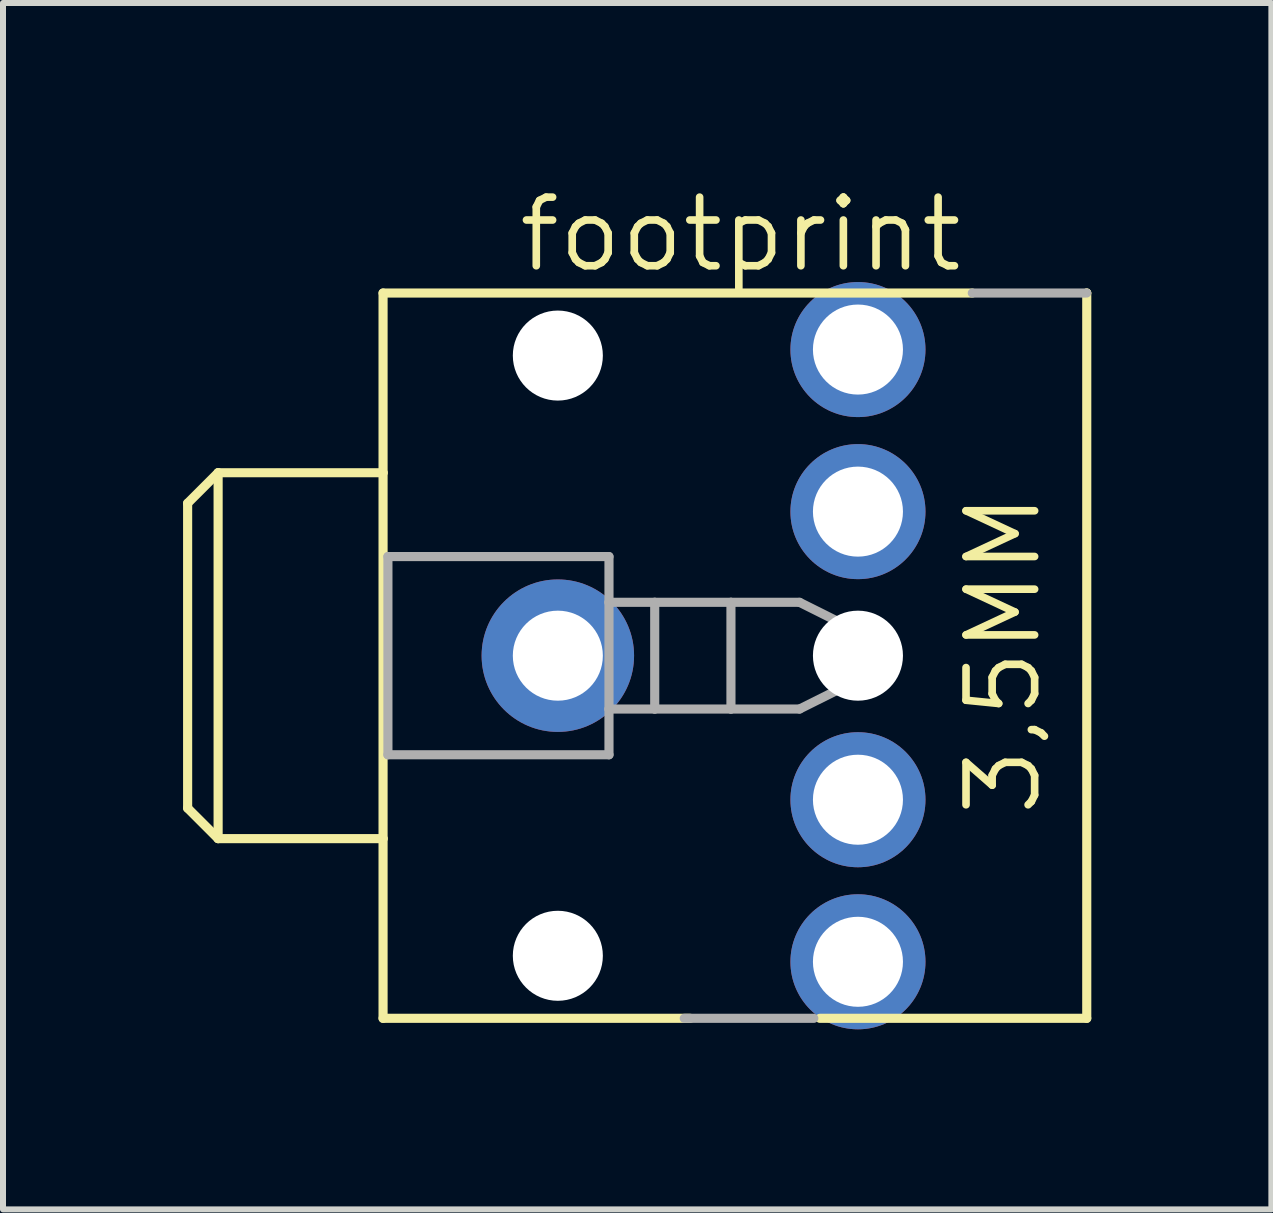
<source format=kicad_pcb>
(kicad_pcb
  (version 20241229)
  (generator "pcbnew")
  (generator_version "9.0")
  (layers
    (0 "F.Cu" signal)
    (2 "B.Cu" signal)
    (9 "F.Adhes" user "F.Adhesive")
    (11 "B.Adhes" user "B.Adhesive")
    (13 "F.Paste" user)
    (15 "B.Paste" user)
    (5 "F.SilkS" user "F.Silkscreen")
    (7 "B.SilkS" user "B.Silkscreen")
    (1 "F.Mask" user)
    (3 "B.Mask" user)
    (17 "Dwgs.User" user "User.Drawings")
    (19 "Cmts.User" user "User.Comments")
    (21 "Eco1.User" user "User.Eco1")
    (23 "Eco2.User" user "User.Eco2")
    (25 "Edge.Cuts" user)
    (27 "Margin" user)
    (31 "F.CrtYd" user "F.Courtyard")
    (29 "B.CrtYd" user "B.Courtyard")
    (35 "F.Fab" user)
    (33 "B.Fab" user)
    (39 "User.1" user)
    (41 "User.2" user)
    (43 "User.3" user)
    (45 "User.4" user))
  (footprint "footprint"
    (layer "F.Cu")
    (at 3.544 7.774)
    (property "Reference" "footprint" (at 1.985 -6.25 0) (layer "F.SilkS") (effects (font (size 1.143 1.143) (thickness 0.127)) (justify left bottom)))
    (fp_line (start -3.468 2.64) (end -3.468 -2.44) (stroke (width 0.152) (type solid)) (layer "F.SilkS"))
    (fp_line (start -2.96 -2.948) (end -3.468 -2.44) (stroke (width 0.152) (type solid)) (layer "F.SilkS"))
    (fp_line (start -2.96 3.148) (end -3.468 2.64) (stroke (width 0.152) (type solid)) (layer "F.SilkS"))
    (fp_line (start -2.96 3.148) (end -2.96 -2.948) (stroke (width 0.152) (type solid)) (layer "F.SilkS"))
    (fp_line (start -2.96 3.148) (end -0.212 3.148) (stroke (width 0.152) (type solid)) (layer "F.SilkS"))
    (fp_line (start -0.212 -2.948) (end -2.96 -2.948) (stroke (width 0.152) (type solid)) (layer "F.SilkS"))
    (fp_line (start -0.212 -2.948) (end -0.212 -5.942) (stroke (width 0.152) (type solid)) (layer "F.SilkS"))
    (fp_line (start -0.212 3.148) (end -0.212 -2.948) (stroke (width 0.152) (type solid)) (layer "F.SilkS"))
    (fp_line (start -0.212 6.142) (end -0.212 3.148) (stroke (width 0.152) (type solid)) (layer "F.SilkS"))
    (fp_line (start -0.212 6.142) (end 4.906 6.142) (stroke (width 0.152) (type solid)) (layer "F.SilkS"))
    (fp_line (start 7.065 6.142) (end 11.512 6.142) (stroke (width 0.152) (type solid)) (layer "F.SilkS"))
    (fp_line (start 9.605 -5.942) (end -0.212 -5.942) (stroke (width 0.152) (type solid)) (layer "F.SilkS"))
    (fp_line (start 11.512 -5.942) (end 11.51 -5.942) (stroke (width 0.152) (type solid)) (layer "F.SilkS"))
    (fp_line (start 11.512 -5.942) (end 11.512 6.142) (stroke (width 0.152) (type solid)) (layer "F.SilkS"))
    (fp_line (start -0.131 1.751) (end -0.131 -1.551) (stroke (width 0.152) (type solid)) (layer "F.Fab"))
    (fp_line (start -0.131 1.751) (end 3.552 1.751) (stroke (width 0.152) (type solid)) (layer "F.Fab"))
    (fp_line (start 3.552 -1.551) (end -0.131 -1.551) (stroke (width 0.152) (type solid)) (layer "F.Fab"))
    (fp_line (start 3.552 -1.551) (end 3.552 -0.789) (stroke (width 0.152) (type solid)) (layer "F.Fab"))
    (fp_line (start 3.552 -0.789) (end 3.552 0.989) (stroke (width 0.152) (type solid)) (layer "F.Fab"))
    (fp_line (start 3.552 -0.789) (end 4.314 -0.789) (stroke (width 0.152) (type solid)) (layer "F.Fab"))
    (fp_line (start 3.552 0.989) (end 3.552 1.751) (stroke (width 0.152) (type solid)) (layer "F.Fab"))
    (fp_line (start 4.314 -0.789) (end 4.314 0.989) (stroke (width 0.152) (type solid)) (layer "F.Fab"))
    (fp_line (start 4.314 -0.789) (end 5.584 -0.789) (stroke (width 0.152) (type solid)) (layer "F.Fab"))
    (fp_line (start 4.314 0.989) (end 3.552 0.989) (stroke (width 0.152) (type solid)) (layer "F.Fab"))
    (fp_line (start 4.806 6.142) (end 6.965 6.142) (stroke (width 0.152) (type solid)) (layer "F.Fab"))
    (fp_line (start 5.584 -0.789) (end 5.584 0.989) (stroke (width 0.152) (type solid)) (layer "F.Fab"))
    (fp_line (start 5.584 -0.789) (end 6.727 -0.789) (stroke (width 0.152) (type solid)) (layer "F.Fab"))
    (fp_line (start 5.584 0.989) (end 4.314 0.989) (stroke (width 0.152) (type solid)) (layer "F.Fab"))
    (fp_line (start 6.727 0.989) (end 5.584 0.989) (stroke (width 0.152) (type solid)) (layer "F.Fab"))
    (fp_line (start 6.727 0.989) (end 7.489 0.608) (stroke (width 0.152) (type solid)) (layer "F.Fab"))
    (fp_line (start 7.489 -0.408) (end 6.727 -0.789) (stroke (width 0.152) (type solid)) (layer "F.Fab"))
    (fp_line (start 7.489 -0.408) (end 7.489 0.608) (stroke (width 0.152) (type solid)) (layer "F.Fab"))
    (fp_line (start 11.51 -5.942) (end 9.605 -5.942) (stroke (width 0.152) (type solid)) (layer "F.Fab"))
    (fp_text user "3,5MM" (at 10.79 2.831 90) (layer "F.SilkS") (effects (font (size 1.143 1.143) (thickness 0.127)) (justify left bottom)))
    (pad "" np_thru_hole circle (at 2.7 -4.9) (size 1.5 1.5) (drill 1.5) (layers "*.Cu" "*.Mask"))
    (pad "" np_thru_hole circle (at 2.7 5.1) (size 1.5 1.5) (drill 1.5) (layers "*.Cu" "*.Mask"))
    (pad "" np_thru_hole circle (at 7.7 0.1) (size 1.5 1.5) (drill 1.5) (layers "*.Cu" "*.Mask"))
    (pad "1" thru_hole circle (at 2.7 0.1) (size 2.54 2.54) (drill 1.5) (layers "*.Cu" "*.Mask"))
    (pad "2" thru_hole circle (at 7.7 -5) (size 2.25 2.25) (drill 1.5) (layers "*.Cu" "*.Mask"))
    (pad "3" thru_hole circle (at 7.7 -2.3) (size 2.25 2.25) (drill 1.5) (layers "*.Cu" "*.Mask"))
    (pad "4" thru_hole circle (at 7.7 2.5) (size 2.25 2.25) (drill 1.5) (layers "*.Cu" "*.Mask"))
    (pad "5" thru_hole circle (at 7.7 5.2) (size 2.25 2.25) (drill 1.5) (layers "*.Cu" "*.Mask")))
  (gr_rect
    (start -3 -3)
    (end 18.132 17.099)
    (stroke (width 0.1) (type default))
    (fill no)
    (layer "Edge.Cuts")))
</source>
